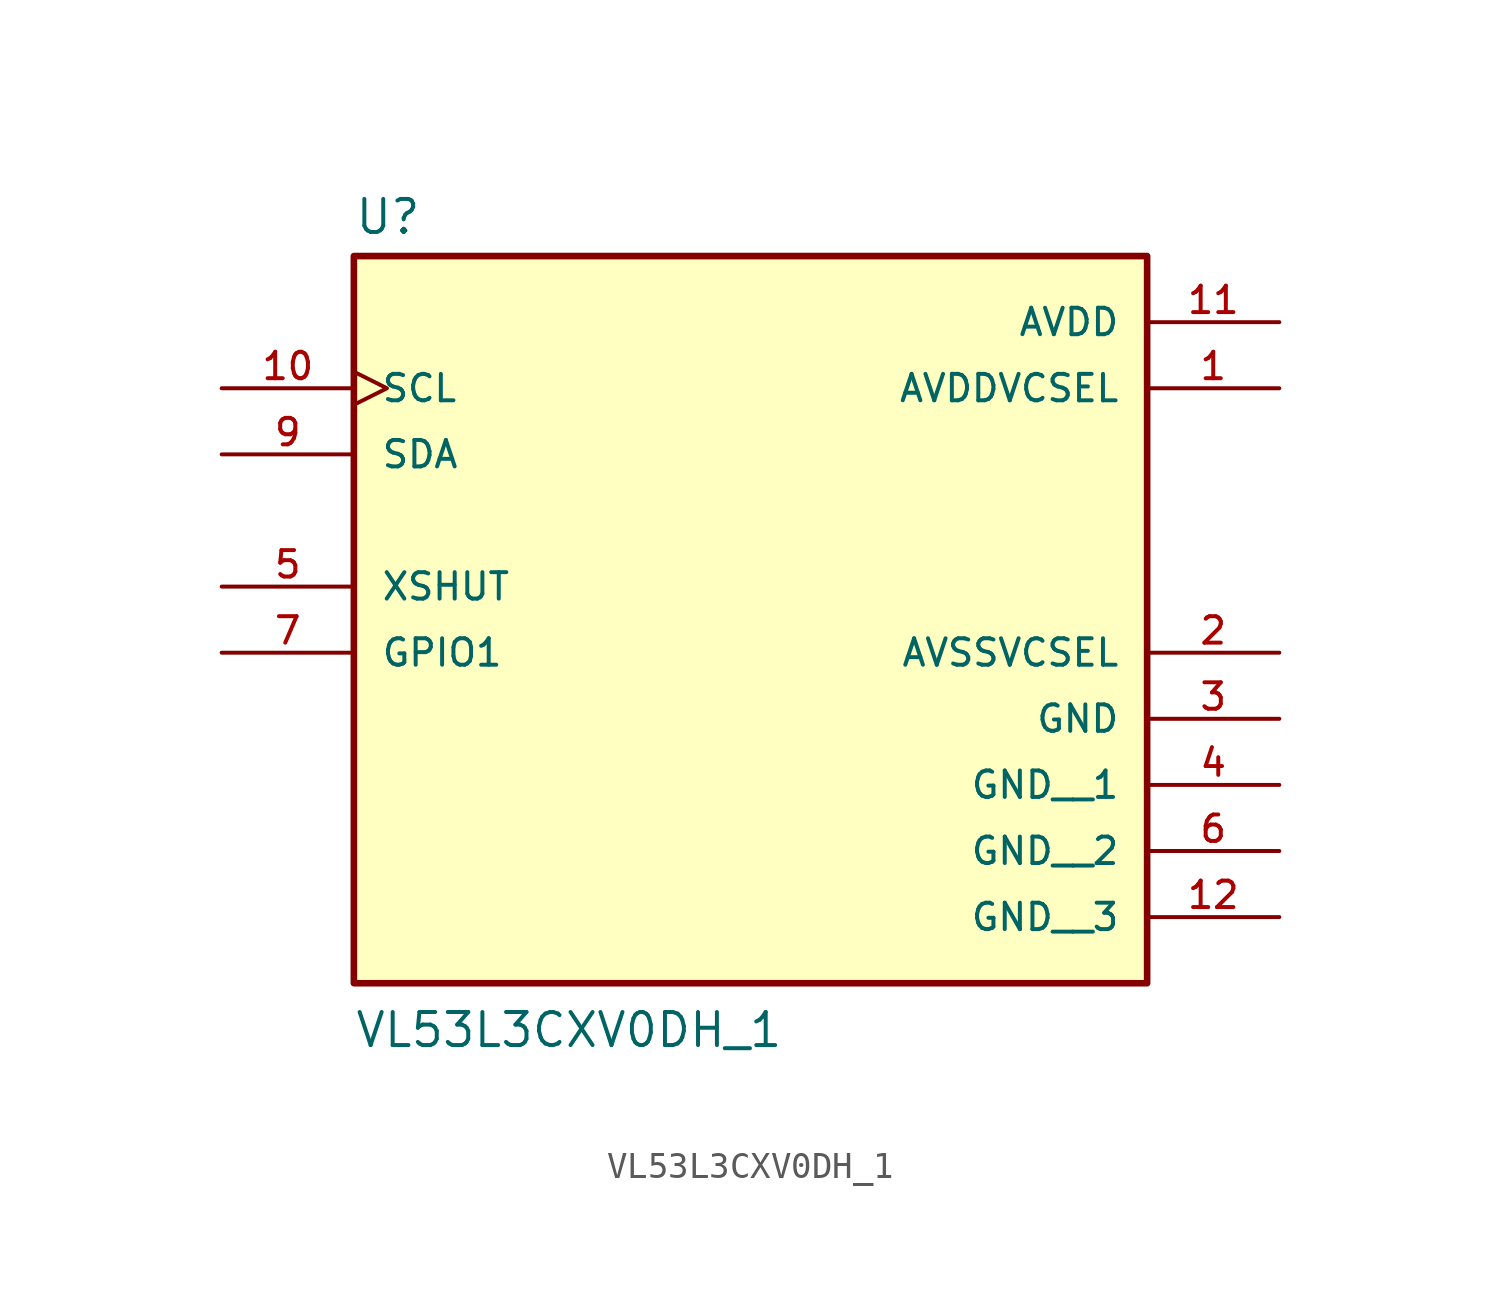
<source format=kicad_sym>
(kicad_symbol_lib
  (version 20211014)
  (generator kicad_symbol_editor)
  (symbol "VL53L3CXV0DH_1"
    (pin_names
      (offset 1.016))
    (property "Reference" "U"
      (at -15.24 10.922 0)
      (effects (font (size 1.27 1.27)) (justify bottom left)))
    (property "Value" "VL53L3CXV0DH_1"
      (at -15.24 -20.32 0)
      (effects (font (size 1.27 1.27)) (justify bottom left)))
    (symbol "VL53L3CXV0DH_1_0_0"
      (rectangle (start -15.24 -17.78) (end 15.24 10.16) (stroke (width 0.254)) (fill (type background)))
      (pin power_in line (at 20.32 5.08 180.0) (length 5.08) (name "AVDDVCSEL" (effects (font (size 1.016 1.016)))) (number "1" (effects (font (size 1.016 1.016)))))
      (pin power_in line (at 20.32 -5.08 180.0) (length 5.08) (name "AVSSVCSEL" (effects (font (size 1.016 1.016)))) (number "2" (effects (font (size 1.016 1.016)))))
      (pin power_in line (at 20.32 -7.62 180.0) (length 5.08) (name "GND" (effects (font (size 1.016 1.016)))) (number "3" (effects (font (size 1.016 1.016)))))
      (pin input line (at -20.32 -2.54 0) (length 5.08) (name "XSHUT" (effects (font (size 1.016 1.016)))) (number "5" (effects (font (size 1.016 1.016)))))
      (pin output line (at -20.32 -5.08 0) (length 5.08) (name "GPIO1" (effects (font (size 1.016 1.016)))) (number "7" (effects (font (size 1.016 1.016)))))
      (pin bidirectional line (at -20.32 2.54 0) (length 5.08) (name "SDA" (effects (font (size 1.016 1.016)))) (number "9" (effects (font (size 1.016 1.016)))))
      (pin input clock (at -20.32 5.08 0) (length 5.08) (name "SCL" (effects (font (size 1.016 1.016)))) (number "10" (effects (font (size 1.016 1.016)))))
      (pin power_in line (at 20.32 7.62 180.0) (length 5.08) (name "AVDD" (effects (font (size 1.016 1.016)))) (number "11" (effects (font (size 1.016 1.016)))))
      (pin power_in line (at 20.32 -10.16 180.0) (length 5.08) (name "GND__1" (effects (font (size 1.016 1.016)))) (number "4" (effects (font (size 1.016 1.016)))))
      (pin power_in line (at 20.32 -12.7 180.0) (length 5.08) (name "GND__2" (effects (font (size 1.016 1.016)))) (number "6" (effects (font (size 1.016 1.016)))))
      (pin power_in line (at 20.32 -15.24 180.0) (length 5.08) (name "GND__3" (effects (font (size 1.016 1.016)))) (number "12" (effects (font (size 1.016 1.016))))))))
</source>
